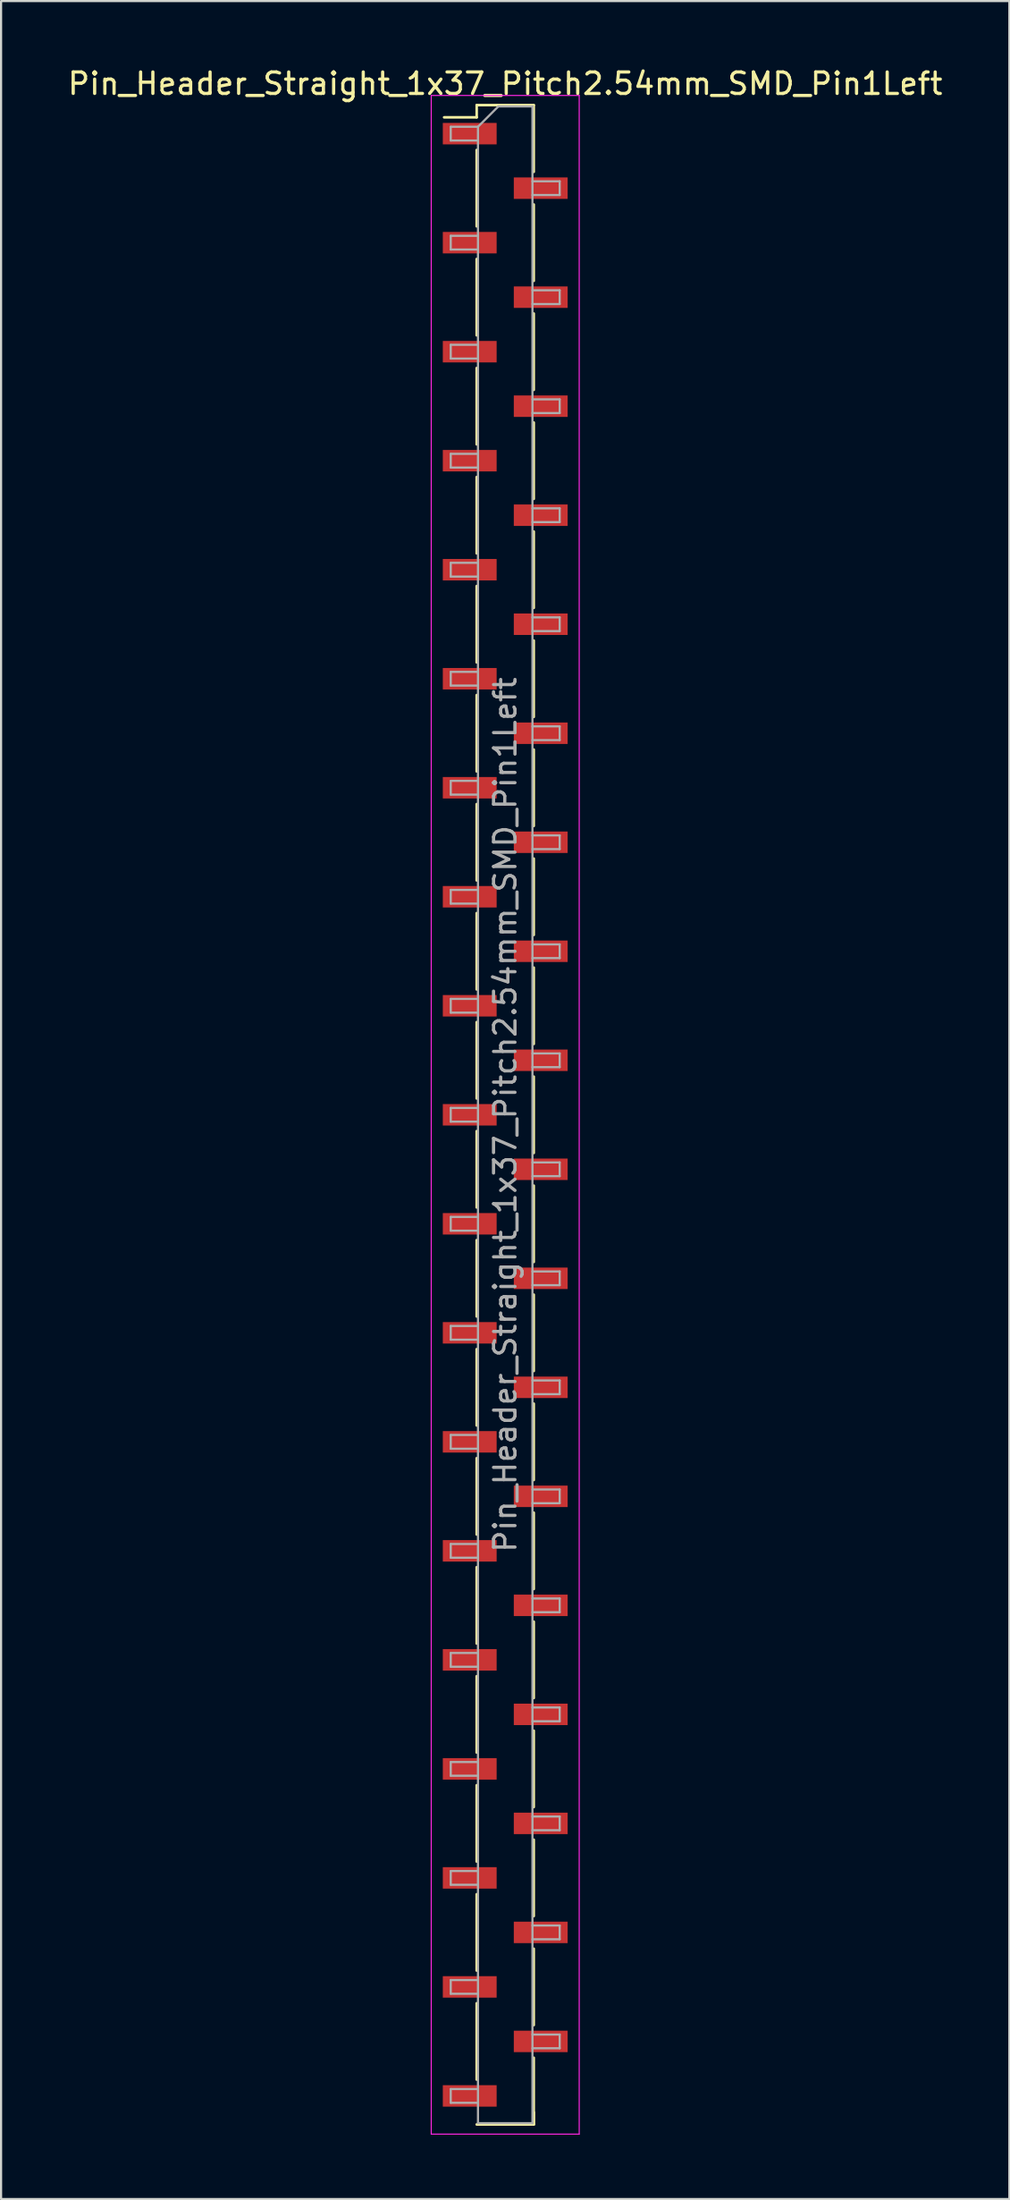
<source format=kicad_pcb>
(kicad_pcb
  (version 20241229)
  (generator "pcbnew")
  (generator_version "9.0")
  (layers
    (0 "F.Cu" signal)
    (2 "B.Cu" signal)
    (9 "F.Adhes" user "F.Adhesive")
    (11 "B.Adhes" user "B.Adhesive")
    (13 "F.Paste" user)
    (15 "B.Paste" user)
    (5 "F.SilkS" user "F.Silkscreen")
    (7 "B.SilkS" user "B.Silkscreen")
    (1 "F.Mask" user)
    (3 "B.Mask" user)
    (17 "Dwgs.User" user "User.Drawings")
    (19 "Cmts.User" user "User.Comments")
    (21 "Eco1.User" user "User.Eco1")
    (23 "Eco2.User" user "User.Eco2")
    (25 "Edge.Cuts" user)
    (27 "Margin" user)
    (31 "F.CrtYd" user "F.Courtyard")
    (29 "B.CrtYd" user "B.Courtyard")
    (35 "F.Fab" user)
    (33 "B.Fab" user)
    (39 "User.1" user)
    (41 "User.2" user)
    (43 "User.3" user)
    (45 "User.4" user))
  (footprint "Pin_Header_Straight_1x37_Pitch2.54mm_SMD_Pin1Left"
    (layer "F.Cu")
    (at 20.506 48.898)
    (property "Reference" "Pin_Header_Straight_1x37_Pitch2.54mm_SMD_Pin1Left" (at 0 -48.05 0) (layer "F.SilkS") (effects (font (size 1 1) (thickness 0.15))))
    (attr smd)
    (fp_line (start -1.33 -47.05) (end -1.33 -46.48) (stroke (width 0.12) (type solid)) (layer "F.SilkS"))
    (fp_line (start -1.33 -47.05) (end 1.33 -47.05) (stroke (width 0.12) (type solid)) (layer "F.SilkS"))
    (fp_line (start -1.33 -46.48) (end -2.85 -46.48) (stroke (width 0.12) (type solid)) (layer "F.SilkS"))
    (fp_line (start -1.33 -44.96) (end -1.33 -41.4) (stroke (width 0.12) (type solid)) (layer "F.SilkS"))
    (fp_line (start -1.33 -39.88) (end -1.33 -36.32) (stroke (width 0.12) (type solid)) (layer "F.SilkS"))
    (fp_line (start -1.33 -34.8) (end -1.33 -31.24) (stroke (width 0.12) (type solid)) (layer "F.SilkS"))
    (fp_line (start -1.33 -29.72) (end -1.33 -26.16) (stroke (width 0.12) (type solid)) (layer "F.SilkS"))
    (fp_line (start -1.33 -24.64) (end -1.33 -21.08) (stroke (width 0.12) (type solid)) (layer "F.SilkS"))
    (fp_line (start -1.33 -19.56) (end -1.33 -16) (stroke (width 0.12) (type solid)) (layer "F.SilkS"))
    (fp_line (start -1.33 -14.48) (end -1.33 -10.92) (stroke (width 0.12) (type solid)) (layer "F.SilkS"))
    (fp_line (start -1.33 -9.4) (end -1.33 -5.84) (stroke (width 0.12) (type solid)) (layer "F.SilkS"))
    (fp_line (start -1.33 -4.32) (end -1.33 -0.76) (stroke (width 0.12) (type solid)) (layer "F.SilkS"))
    (fp_line (start -1.33 0.76) (end -1.33 4.32) (stroke (width 0.12) (type solid)) (layer "F.SilkS"))
    (fp_line (start -1.33 5.84) (end -1.33 9.4) (stroke (width 0.12) (type solid)) (layer "F.SilkS"))
    (fp_line (start -1.33 10.92) (end -1.33 14.48) (stroke (width 0.12) (type solid)) (layer "F.SilkS"))
    (fp_line (start -1.33 16) (end -1.33 19.56) (stroke (width 0.12) (type solid)) (layer "F.SilkS"))
    (fp_line (start -1.33 21.08) (end -1.33 24.64) (stroke (width 0.12) (type solid)) (layer "F.SilkS"))
    (fp_line (start -1.33 26.16) (end -1.33 29.72) (stroke (width 0.12) (type solid)) (layer "F.SilkS"))
    (fp_line (start -1.33 31.24) (end -1.33 34.8) (stroke (width 0.12) (type solid)) (layer "F.SilkS"))
    (fp_line (start -1.33 36.32) (end -1.33 39.88) (stroke (width 0.12) (type solid)) (layer "F.SilkS"))
    (fp_line (start -1.33 41.4) (end -1.33 44.96) (stroke (width 0.12) (type solid)) (layer "F.SilkS"))
    (fp_line (start -1.33 47.05) (end 1.33 47.05) (stroke (width 0.12) (type solid)) (layer "F.SilkS"))
    (fp_line (start 1.33 -47.05) (end 1.33 -43.94) (stroke (width 0.12) (type solid)) (layer "F.SilkS"))
    (fp_line (start 1.33 -42.42) (end 1.33 -38.86) (stroke (width 0.12) (type solid)) (layer "F.SilkS"))
    (fp_line (start 1.33 -37.34) (end 1.33 -33.78) (stroke (width 0.12) (type solid)) (layer "F.SilkS"))
    (fp_line (start 1.33 -32.26) (end 1.33 -28.7) (stroke (width 0.12) (type solid)) (layer "F.SilkS"))
    (fp_line (start 1.33 -27.18) (end 1.33 -23.62) (stroke (width 0.12) (type solid)) (layer "F.SilkS"))
    (fp_line (start 1.33 -22.1) (end 1.33 -18.54) (stroke (width 0.12) (type solid)) (layer "F.SilkS"))
    (fp_line (start 1.33 -17.02) (end 1.33 -13.46) (stroke (width 0.12) (type solid)) (layer "F.SilkS"))
    (fp_line (start 1.33 -11.94) (end 1.33 -8.38) (stroke (width 0.12) (type solid)) (layer "F.SilkS"))
    (fp_line (start 1.33 -6.86) (end 1.33 -3.3) (stroke (width 0.12) (type solid)) (layer "F.SilkS"))
    (fp_line (start 1.33 -1.78) (end 1.33 1.78) (stroke (width 0.12) (type solid)) (layer "F.SilkS"))
    (fp_line (start 1.33 3.3) (end 1.33 6.86) (stroke (width 0.12) (type solid)) (layer "F.SilkS"))
    (fp_line (start 1.33 8.38) (end 1.33 11.94) (stroke (width 0.12) (type solid)) (layer "F.SilkS"))
    (fp_line (start 1.33 13.46) (end 1.33 17.02) (stroke (width 0.12) (type solid)) (layer "F.SilkS"))
    (fp_line (start 1.33 18.54) (end 1.33 22.1) (stroke (width 0.12) (type solid)) (layer "F.SilkS"))
    (fp_line (start 1.33 23.62) (end 1.33 27.18) (stroke (width 0.12) (type solid)) (layer "F.SilkS"))
    (fp_line (start 1.33 28.7) (end 1.33 32.26) (stroke (width 0.12) (type solid)) (layer "F.SilkS"))
    (fp_line (start 1.33 33.78) (end 1.33 37.34) (stroke (width 0.12) (type solid)) (layer "F.SilkS"))
    (fp_line (start 1.33 38.86) (end 1.33 42.42) (stroke (width 0.12) (type solid)) (layer "F.SilkS"))
    (fp_line (start 1.33 43.94) (end 1.33 47.05) (stroke (width 0.12) (type solid)) (layer "F.SilkS"))
    (fp_line (start 1.33 46.48) (end 1.33 47.05) (stroke (width 0.12) (type solid)) (layer "F.SilkS"))
    (fp_line (start -3.45 -47.5) (end -3.45 47.5) (stroke (width 0.05) (type solid)) (layer "F.CrtYd"))
    (fp_line (start -3.45 47.5) (end 3.45 47.5) (stroke (width 0.05) (type solid)) (layer "F.CrtYd"))
    (fp_line (start 3.45 -47.5) (end -3.45 -47.5) (stroke (width 0.05) (type solid)) (layer "F.CrtYd"))
    (fp_line (start 3.45 47.5) (end 3.45 -47.5) (stroke (width 0.05) (type solid)) (layer "F.CrtYd"))
    (fp_line (start -2.54 -46.04) (end -2.54 -45.4) (stroke (width 0.1) (type solid)) (layer "F.Fab"))
    (fp_line (start -2.54 -45.4) (end -1.27 -45.4) (stroke (width 0.1) (type solid)) (layer "F.Fab"))
    (fp_line (start -2.54 -40.96) (end -2.54 -40.32) (stroke (width 0.1) (type solid)) (layer "F.Fab"))
    (fp_line (start -2.54 -40.32) (end -1.27 -40.32) (stroke (width 0.1) (type solid)) (layer "F.Fab"))
    (fp_line (start -2.54 -35.88) (end -2.54 -35.24) (stroke (width 0.1) (type solid)) (layer "F.Fab"))
    (fp_line (start -2.54 -35.24) (end -1.27 -35.24) (stroke (width 0.1) (type solid)) (layer "F.Fab"))
    (fp_line (start -2.54 -30.8) (end -2.54 -30.16) (stroke (width 0.1) (type solid)) (layer "F.Fab"))
    (fp_line (start -2.54 -30.16) (end -1.27 -30.16) (stroke (width 0.1) (type solid)) (layer "F.Fab"))
    (fp_line (start -2.54 -25.72) (end -2.54 -25.08) (stroke (width 0.1) (type solid)) (layer "F.Fab"))
    (fp_line (start -2.54 -25.08) (end -1.27 -25.08) (stroke (width 0.1) (type solid)) (layer "F.Fab"))
    (fp_line (start -2.54 -20.64) (end -2.54 -20) (stroke (width 0.1) (type solid)) (layer "F.Fab"))
    (fp_line (start -2.54 -20) (end -1.27 -20) (stroke (width 0.1) (type solid)) (layer "F.Fab"))
    (fp_line (start -2.54 -15.56) (end -2.54 -14.92) (stroke (width 0.1) (type solid)) (layer "F.Fab"))
    (fp_line (start -2.54 -14.92) (end -1.27 -14.92) (stroke (width 0.1) (type solid)) (layer "F.Fab"))
    (fp_line (start -2.54 -10.48) (end -2.54 -9.84) (stroke (width 0.1) (type solid)) (layer "F.Fab"))
    (fp_line (start -2.54 -9.84) (end -1.27 -9.84) (stroke (width 0.1) (type solid)) (layer "F.Fab"))
    (fp_line (start -2.54 -5.4) (end -2.54 -4.76) (stroke (width 0.1) (type solid)) (layer "F.Fab"))
    (fp_line (start -2.54 -4.76) (end -1.27 -4.76) (stroke (width 0.1) (type solid)) (layer "F.Fab"))
    (fp_line (start -2.54 -0.32) (end -2.54 0.32) (stroke (width 0.1) (type solid)) (layer "F.Fab"))
    (fp_line (start -2.54 0.32) (end -1.27 0.32) (stroke (width 0.1) (type solid)) (layer "F.Fab"))
    (fp_line (start -2.54 4.76) (end -2.54 5.4) (stroke (width 0.1) (type solid)) (layer "F.Fab"))
    (fp_line (start -2.54 5.4) (end -1.27 5.4) (stroke (width 0.1) (type solid)) (layer "F.Fab"))
    (fp_line (start -2.54 9.84) (end -2.54 10.48) (stroke (width 0.1) (type solid)) (layer "F.Fab"))
    (fp_line (start -2.54 10.48) (end -1.27 10.48) (stroke (width 0.1) (type solid)) (layer "F.Fab"))
    (fp_line (start -2.54 14.92) (end -2.54 15.56) (stroke (width 0.1) (type solid)) (layer "F.Fab"))
    (fp_line (start -2.54 15.56) (end -1.27 15.56) (stroke (width 0.1) (type solid)) (layer "F.Fab"))
    (fp_line (start -2.54 20) (end -2.54 20.64) (stroke (width 0.1) (type solid)) (layer "F.Fab"))
    (fp_line (start -2.54 20.64) (end -1.27 20.64) (stroke (width 0.1) (type solid)) (layer "F.Fab"))
    (fp_line (start -2.54 25.08) (end -2.54 25.72) (stroke (width 0.1) (type solid)) (layer "F.Fab"))
    (fp_line (start -2.54 25.72) (end -1.27 25.72) (stroke (width 0.1) (type solid)) (layer "F.Fab"))
    (fp_line (start -2.54 30.16) (end -2.54 30.8) (stroke (width 0.1) (type solid)) (layer "F.Fab"))
    (fp_line (start -2.54 30.8) (end -1.27 30.8) (stroke (width 0.1) (type solid)) (layer "F.Fab"))
    (fp_line (start -2.54 35.24) (end -2.54 35.88) (stroke (width 0.1) (type solid)) (layer "F.Fab"))
    (fp_line (start -2.54 35.88) (end -1.27 35.88) (stroke (width 0.1) (type solid)) (layer "F.Fab"))
    (fp_line (start -2.54 40.32) (end -2.54 40.96) (stroke (width 0.1) (type solid)) (layer "F.Fab"))
    (fp_line (start -2.54 40.96) (end -1.27 40.96) (stroke (width 0.1) (type solid)) (layer "F.Fab"))
    (fp_line (start -2.54 45.4) (end -2.54 46.04) (stroke (width 0.1) (type solid)) (layer "F.Fab"))
    (fp_line (start -2.54 46.04) (end -1.27 46.04) (stroke (width 0.1) (type solid)) (layer "F.Fab"))
    (fp_line (start -1.27 -46.04) (end -2.54 -46.04) (stroke (width 0.1) (type solid)) (layer "F.Fab"))
    (fp_line (start -1.27 -46.04) (end -0.32 -46.99) (stroke (width 0.1) (type solid)) (layer "F.Fab"))
    (fp_line (start -1.27 -40.96) (end -2.54 -40.96) (stroke (width 0.1) (type solid)) (layer "F.Fab"))
    (fp_line (start -1.27 -35.88) (end -2.54 -35.88) (stroke (width 0.1) (type solid)) (layer "F.Fab"))
    (fp_line (start -1.27 -30.8) (end -2.54 -30.8) (stroke (width 0.1) (type solid)) (layer "F.Fab"))
    (fp_line (start -1.27 -25.72) (end -2.54 -25.72) (stroke (width 0.1) (type solid)) (layer "F.Fab"))
    (fp_line (start -1.27 -20.64) (end -2.54 -20.64) (stroke (width 0.1) (type solid)) (layer "F.Fab"))
    (fp_line (start -1.27 -15.56) (end -2.54 -15.56) (stroke (width 0.1) (type solid)) (layer "F.Fab"))
    (fp_line (start -1.27 -10.48) (end -2.54 -10.48) (stroke (width 0.1) (type solid)) (layer "F.Fab"))
    (fp_line (start -1.27 -5.4) (end -2.54 -5.4) (stroke (width 0.1) (type solid)) (layer "F.Fab"))
    (fp_line (start -1.27 -0.32) (end -2.54 -0.32) (stroke (width 0.1) (type solid)) (layer "F.Fab"))
    (fp_line (start -1.27 4.76) (end -2.54 4.76) (stroke (width 0.1) (type solid)) (layer "F.Fab"))
    (fp_line (start -1.27 9.84) (end -2.54 9.84) (stroke (width 0.1) (type solid)) (layer "F.Fab"))
    (fp_line (start -1.27 14.92) (end -2.54 14.92) (stroke (width 0.1) (type solid)) (layer "F.Fab"))
    (fp_line (start -1.27 20) (end -2.54 20) (stroke (width 0.1) (type solid)) (layer "F.Fab"))
    (fp_line (start -1.27 25.08) (end -2.54 25.08) (stroke (width 0.1) (type solid)) (layer "F.Fab"))
    (fp_line (start -1.27 30.16) (end -2.54 30.16) (stroke (width 0.1) (type solid)) (layer "F.Fab"))
    (fp_line (start -1.27 35.24) (end -2.54 35.24) (stroke (width 0.1) (type solid)) (layer "F.Fab"))
    (fp_line (start -1.27 40.32) (end -2.54 40.32) (stroke (width 0.1) (type solid)) (layer "F.Fab"))
    (fp_line (start -1.27 45.4) (end -2.54 45.4) (stroke (width 0.1) (type solid)) (layer "F.Fab"))
    (fp_line (start -1.27 46.99) (end -1.27 -46.04) (stroke (width 0.1) (type solid)) (layer "F.Fab"))
    (fp_line (start -0.32 -46.99) (end 1.27 -46.99) (stroke (width 0.1) (type solid)) (layer "F.Fab"))
    (fp_line (start 1.27 -46.99) (end 1.27 46.99) (stroke (width 0.1) (type solid)) (layer "F.Fab"))
    (fp_line (start 1.27 -43.5) (end 2.54 -43.5) (stroke (width 0.1) (type solid)) (layer "F.Fab"))
    (fp_line (start 1.27 -38.42) (end 2.54 -38.42) (stroke (width 0.1) (type solid)) (layer "F.Fab"))
    (fp_line (start 1.27 -33.34) (end 2.54 -33.34) (stroke (width 0.1) (type solid)) (layer "F.Fab"))
    (fp_line (start 1.27 -28.26) (end 2.54 -28.26) (stroke (width 0.1) (type solid)) (layer "F.Fab"))
    (fp_line (start 1.27 -23.18) (end 2.54 -23.18) (stroke (width 0.1) (type solid)) (layer "F.Fab"))
    (fp_line (start 1.27 -18.1) (end 2.54 -18.1) (stroke (width 0.1) (type solid)) (layer "F.Fab"))
    (fp_line (start 1.27 -13.02) (end 2.54 -13.02) (stroke (width 0.1) (type solid)) (layer "F.Fab"))
    (fp_line (start 1.27 -7.94) (end 2.54 -7.94) (stroke (width 0.1) (type solid)) (layer "F.Fab"))
    (fp_line (start 1.27 -2.86) (end 2.54 -2.86) (stroke (width 0.1) (type solid)) (layer "F.Fab"))
    (fp_line (start 1.27 2.22) (end 2.54 2.22) (stroke (width 0.1) (type solid)) (layer "F.Fab"))
    (fp_line (start 1.27 7.3) (end 2.54 7.3) (stroke (width 0.1) (type solid)) (layer "F.Fab"))
    (fp_line (start 1.27 12.38) (end 2.54 12.38) (stroke (width 0.1) (type solid)) (layer "F.Fab"))
    (fp_line (start 1.27 17.46) (end 2.54 17.46) (stroke (width 0.1) (type solid)) (layer "F.Fab"))
    (fp_line (start 1.27 22.54) (end 2.54 22.54) (stroke (width 0.1) (type solid)) (layer "F.Fab"))
    (fp_line (start 1.27 27.62) (end 2.54 27.62) (stroke (width 0.1) (type solid)) (layer "F.Fab"))
    (fp_line (start 1.27 32.7) (end 2.54 32.7) (stroke (width 0.1) (type solid)) (layer "F.Fab"))
    (fp_line (start 1.27 37.78) (end 2.54 37.78) (stroke (width 0.1) (type solid)) (layer "F.Fab"))
    (fp_line (start 1.27 42.86) (end 2.54 42.86) (stroke (width 0.1) (type solid)) (layer "F.Fab"))
    (fp_line (start 1.27 46.99) (end -1.27 46.99) (stroke (width 0.1) (type solid)) (layer "F.Fab"))
    (fp_line (start 2.54 -43.5) (end 2.54 -42.86) (stroke (width 0.1) (type solid)) (layer "F.Fab"))
    (fp_line (start 2.54 -42.86) (end 1.27 -42.86) (stroke (width 0.1) (type solid)) (layer "F.Fab"))
    (fp_line (start 2.54 -38.42) (end 2.54 -37.78) (stroke (width 0.1) (type solid)) (layer "F.Fab"))
    (fp_line (start 2.54 -37.78) (end 1.27 -37.78) (stroke (width 0.1) (type solid)) (layer "F.Fab"))
    (fp_line (start 2.54 -33.34) (end 2.54 -32.7) (stroke (width 0.1) (type solid)) (layer "F.Fab"))
    (fp_line (start 2.54 -32.7) (end 1.27 -32.7) (stroke (width 0.1) (type solid)) (layer "F.Fab"))
    (fp_line (start 2.54 -28.26) (end 2.54 -27.62) (stroke (width 0.1) (type solid)) (layer "F.Fab"))
    (fp_line (start 2.54 -27.62) (end 1.27 -27.62) (stroke (width 0.1) (type solid)) (layer "F.Fab"))
    (fp_line (start 2.54 -23.18) (end 2.54 -22.54) (stroke (width 0.1) (type solid)) (layer "F.Fab"))
    (fp_line (start 2.54 -22.54) (end 1.27 -22.54) (stroke (width 0.1) (type solid)) (layer "F.Fab"))
    (fp_line (start 2.54 -18.1) (end 2.54 -17.46) (stroke (width 0.1) (type solid)) (layer "F.Fab"))
    (fp_line (start 2.54 -17.46) (end 1.27 -17.46) (stroke (width 0.1) (type solid)) (layer "F.Fab"))
    (fp_line (start 2.54 -13.02) (end 2.54 -12.38) (stroke (width 0.1) (type solid)) (layer "F.Fab"))
    (fp_line (start 2.54 -12.38) (end 1.27 -12.38) (stroke (width 0.1) (type solid)) (layer "F.Fab"))
    (fp_line (start 2.54 -7.94) (end 2.54 -7.3) (stroke (width 0.1) (type solid)) (layer "F.Fab"))
    (fp_line (start 2.54 -7.3) (end 1.27 -7.3) (stroke (width 0.1) (type solid)) (layer "F.Fab"))
    (fp_line (start 2.54 -2.86) (end 2.54 -2.22) (stroke (width 0.1) (type solid)) (layer "F.Fab"))
    (fp_line (start 2.54 -2.22) (end 1.27 -2.22) (stroke (width 0.1) (type solid)) (layer "F.Fab"))
    (fp_line (start 2.54 2.22) (end 2.54 2.86) (stroke (width 0.1) (type solid)) (layer "F.Fab"))
    (fp_line (start 2.54 2.86) (end 1.27 2.86) (stroke (width 0.1) (type solid)) (layer "F.Fab"))
    (fp_line (start 2.54 7.3) (end 2.54 7.94) (stroke (width 0.1) (type solid)) (layer "F.Fab"))
    (fp_line (start 2.54 7.94) (end 1.27 7.94) (stroke (width 0.1) (type solid)) (layer "F.Fab"))
    (fp_line (start 2.54 12.38) (end 2.54 13.02) (stroke (width 0.1) (type solid)) (layer "F.Fab"))
    (fp_line (start 2.54 13.02) (end 1.27 13.02) (stroke (width 0.1) (type solid)) (layer "F.Fab"))
    (fp_line (start 2.54 17.46) (end 2.54 18.1) (stroke (width 0.1) (type solid)) (layer "F.Fab"))
    (fp_line (start 2.54 18.1) (end 1.27 18.1) (stroke (width 0.1) (type solid)) (layer "F.Fab"))
    (fp_line (start 2.54 22.54) (end 2.54 23.18) (stroke (width 0.1) (type solid)) (layer "F.Fab"))
    (fp_line (start 2.54 23.18) (end 1.27 23.18) (stroke (width 0.1) (type solid)) (layer "F.Fab"))
    (fp_line (start 2.54 27.62) (end 2.54 28.26) (stroke (width 0.1) (type solid)) (layer "F.Fab"))
    (fp_line (start 2.54 28.26) (end 1.27 28.26) (stroke (width 0.1) (type solid)) (layer "F.Fab"))
    (fp_line (start 2.54 32.7) (end 2.54 33.34) (stroke (width 0.1) (type solid)) (layer "F.Fab"))
    (fp_line (start 2.54 33.34) (end 1.27 33.34) (stroke (width 0.1) (type solid)) (layer "F.Fab"))
    (fp_line (start 2.54 37.78) (end 2.54 38.42) (stroke (width 0.1) (type solid)) (layer "F.Fab"))
    (fp_line (start 2.54 38.42) (end 1.27 38.42) (stroke (width 0.1) (type solid)) (layer "F.Fab"))
    (fp_line (start 2.54 42.86) (end 2.54 43.5) (stroke (width 0.1) (type solid)) (layer "F.Fab"))
    (fp_line (start 2.54 43.5) (end 1.27 43.5) (stroke (width 0.1) (type solid)) (layer "F.Fab"))
    (fp_text user "${REFERENCE}" (at 0 0 90) (layer "F.Fab") (effects (font (size 1 1) (thickness 0.15))))
    (pad "1" smd rect (at -1.655 -45.72) (size 2.51 1) (layers "F.Cu" "F.Mask" "F.Paste"))
    (pad "2" smd rect (at 1.655 -43.18) (size 2.51 1) (layers "F.Cu" "F.Mask" "F.Paste"))
    (pad "3" smd rect (at -1.655 -40.64) (size 2.51 1) (layers "F.Cu" "F.Mask" "F.Paste"))
    (pad "4" smd rect (at 1.655 -38.1) (size 2.51 1) (layers "F.Cu" "F.Mask" "F.Paste"))
    (pad "5" smd rect (at -1.655 -35.56) (size 2.51 1) (layers "F.Cu" "F.Mask" "F.Paste"))
    (pad "6" smd rect (at 1.655 -33.02) (size 2.51 1) (layers "F.Cu" "F.Mask" "F.Paste"))
    (pad "7" smd rect (at -1.655 -30.48) (size 2.51 1) (layers "F.Cu" "F.Mask" "F.Paste"))
    (pad "8" smd rect (at 1.655 -27.94) (size 2.51 1) (layers "F.Cu" "F.Mask" "F.Paste"))
    (pad "9" smd rect (at -1.655 -25.4) (size 2.51 1) (layers "F.Cu" "F.Mask" "F.Paste"))
    (pad "10" smd rect (at 1.655 -22.86) (size 2.51 1) (layers "F.Cu" "F.Mask" "F.Paste"))
    (pad "11" smd rect (at -1.655 -20.32) (size 2.51 1) (layers "F.Cu" "F.Mask" "F.Paste"))
    (pad "12" smd rect (at 1.655 -17.78) (size 2.51 1) (layers "F.Cu" "F.Mask" "F.Paste"))
    (pad "13" smd rect (at -1.655 -15.24) (size 2.51 1) (layers "F.Cu" "F.Mask" "F.Paste"))
    (pad "14" smd rect (at 1.655 -12.7) (size 2.51 1) (layers "F.Cu" "F.Mask" "F.Paste"))
    (pad "15" smd rect (at -1.655 -10.16) (size 2.51 1) (layers "F.Cu" "F.Mask" "F.Paste"))
    (pad "16" smd rect (at 1.655 -7.62) (size 2.51 1) (layers "F.Cu" "F.Mask" "F.Paste"))
    (pad "17" smd rect (at -1.655 -5.08) (size 2.51 1) (layers "F.Cu" "F.Mask" "F.Paste"))
    (pad "18" smd rect (at 1.655 -2.54) (size 2.51 1) (layers "F.Cu" "F.Mask" "F.Paste"))
    (pad "19" smd rect (at -1.655 0) (size 2.51 1) (layers "F.Cu" "F.Mask" "F.Paste"))
    (pad "20" smd rect (at 1.655 2.54) (size 2.51 1) (layers "F.Cu" "F.Mask" "F.Paste"))
    (pad "21" smd rect (at -1.655 5.08) (size 2.51 1) (layers "F.Cu" "F.Mask" "F.Paste"))
    (pad "22" smd rect (at 1.655 7.62) (size 2.51 1) (layers "F.Cu" "F.Mask" "F.Paste"))
    (pad "23" smd rect (at -1.655 10.16) (size 2.51 1) (layers "F.Cu" "F.Mask" "F.Paste"))
    (pad "24" smd rect (at 1.655 12.7) (size 2.51 1) (layers "F.Cu" "F.Mask" "F.Paste"))
    (pad "25" smd rect (at -1.655 15.24) (size 2.51 1) (layers "F.Cu" "F.Mask" "F.Paste"))
    (pad "26" smd rect (at 1.655 17.78) (size 2.51 1) (layers "F.Cu" "F.Mask" "F.Paste"))
    (pad "27" smd rect (at -1.655 20.32) (size 2.51 1) (layers "F.Cu" "F.Mask" "F.Paste"))
    (pad "28" smd rect (at 1.655 22.86) (size 2.51 1) (layers "F.Cu" "F.Mask" "F.Paste"))
    (pad "29" smd rect (at -1.655 25.4) (size 2.51 1) (layers "F.Cu" "F.Mask" "F.Paste"))
    (pad "30" smd rect (at 1.655 27.94) (size 2.51 1) (layers "F.Cu" "F.Mask" "F.Paste"))
    (pad "31" smd rect (at -1.655 30.48) (size 2.51 1) (layers "F.Cu" "F.Mask" "F.Paste"))
    (pad "32" smd rect (at 1.655 33.02) (size 2.51 1) (layers "F.Cu" "F.Mask" "F.Paste"))
    (pad "33" smd rect (at -1.655 35.56) (size 2.51 1) (layers "F.Cu" "F.Mask" "F.Paste"))
    (pad "34" smd rect (at 1.655 38.1) (size 2.51 1) (layers "F.Cu" "F.Mask" "F.Paste"))
    (pad "35" smd rect (at -1.655 40.64) (size 2.51 1) (layers "F.Cu" "F.Mask" "F.Paste"))
    (pad "36" smd rect (at 1.655 43.18) (size 2.51 1) (layers "F.Cu" "F.Mask" "F.Paste"))
    (pad "37" smd rect (at -1.655 45.72) (size 2.51 1) (layers "F.Cu" "F.Mask" "F.Paste")))
  (gr_rect
    (start -3 -3)
    (end 44.012 99.423)
    (stroke (width 0.1) (type default))
    (fill no)
    (layer "Edge.Cuts")))
</source>
